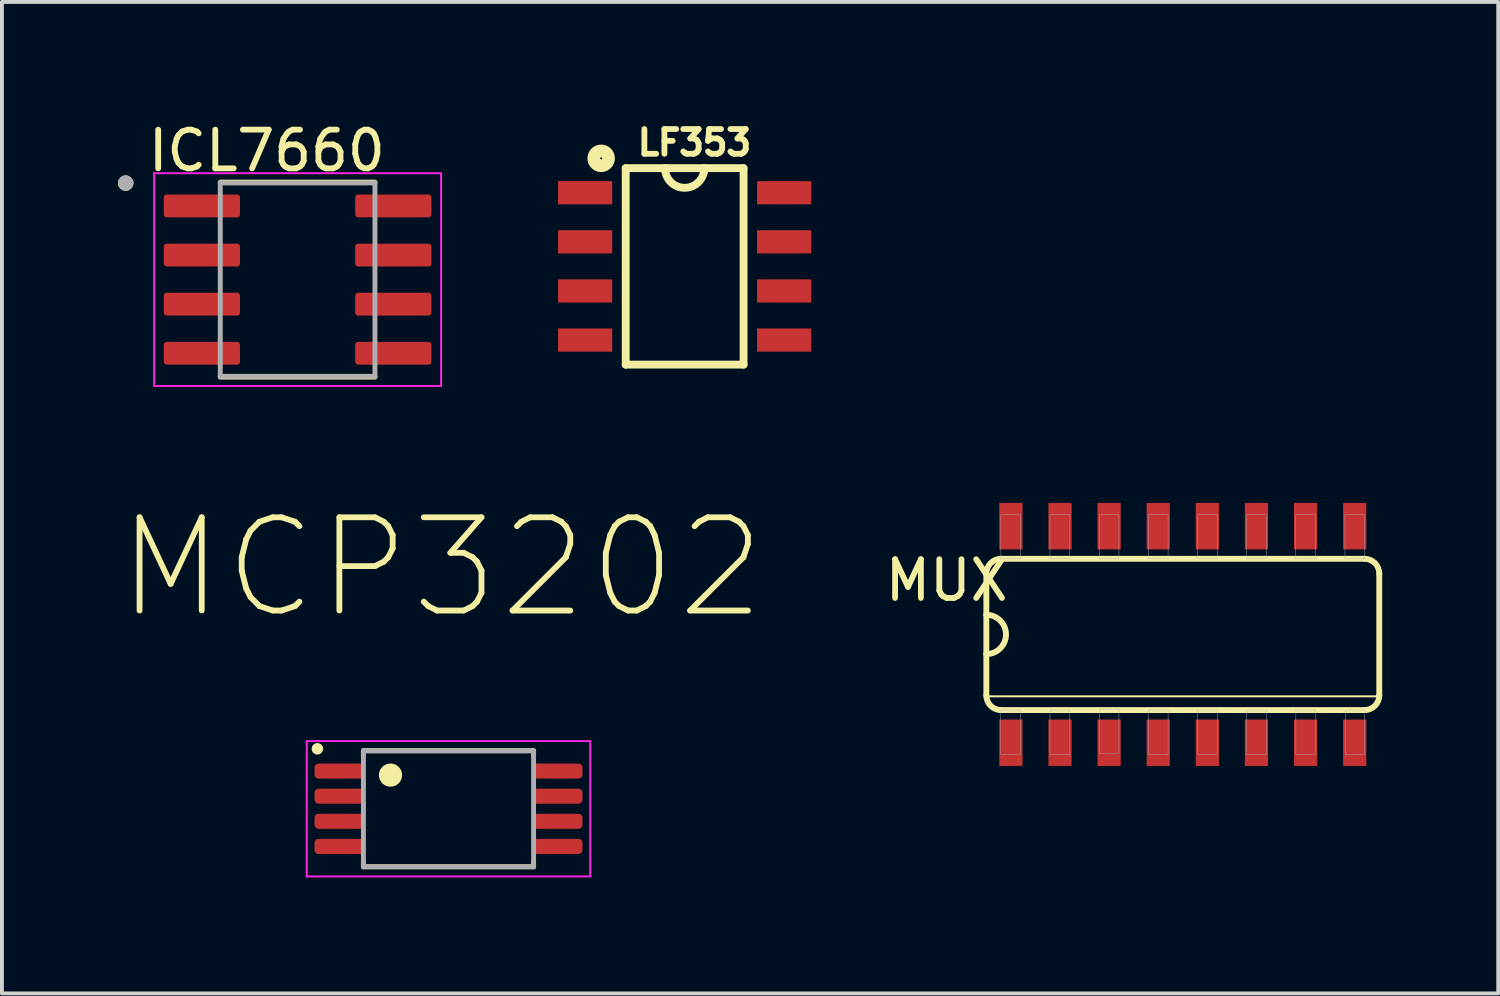
<source format=kicad_pcb>
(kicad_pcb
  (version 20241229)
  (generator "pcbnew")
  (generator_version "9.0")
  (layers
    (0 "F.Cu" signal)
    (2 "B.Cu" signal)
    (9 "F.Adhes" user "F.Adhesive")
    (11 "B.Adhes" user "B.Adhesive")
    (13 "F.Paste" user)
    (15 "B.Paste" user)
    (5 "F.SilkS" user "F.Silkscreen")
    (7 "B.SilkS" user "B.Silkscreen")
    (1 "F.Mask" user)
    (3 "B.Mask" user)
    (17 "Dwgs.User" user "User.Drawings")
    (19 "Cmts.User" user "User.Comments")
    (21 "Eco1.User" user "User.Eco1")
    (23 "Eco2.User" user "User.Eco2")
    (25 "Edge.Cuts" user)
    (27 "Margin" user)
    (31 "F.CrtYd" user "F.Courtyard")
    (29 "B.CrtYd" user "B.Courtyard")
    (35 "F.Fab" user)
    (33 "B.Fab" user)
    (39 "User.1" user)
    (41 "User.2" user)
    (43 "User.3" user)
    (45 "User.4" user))
  (footprint "LF353"
    (layer "F.Cu")
    (at 14.653 3.838)
    (property "Reference" "LF353" (at 0.254 -3.2 0) (layer "F.SilkS") (effects (font (size 0.64 0.64) (thickness 0.15))))
    (attr smd)
    (fp_line (start -1.524 -2.54) (end -1.524 2.54) (stroke (width 0.203) (type solid)) (layer "F.SilkS"))
    (fp_line (start -1.524 2.54) (end 1.524 2.54) (stroke (width 0.203) (type solid)) (layer "F.SilkS"))
    (fp_line (start -0.508 -2.54) (end -1.524 -2.54) (stroke (width 0.203) (type solid)) (layer "F.SilkS"))
    (fp_line (start 0.508 -2.54) (end -0.508 -2.54) (stroke (width 0.203) (type solid)) (layer "F.SilkS"))
    (fp_line (start 1.524 -2.54) (end 0.508 -2.54) (stroke (width 0.203) (type solid)) (layer "F.SilkS"))
    (fp_line (start 1.524 2.54) (end 1.524 -2.54) (stroke (width 0.203) (type solid)) (layer "F.SilkS"))
    (fp_arc (start 0.508 -2.54) (mid 0 -2.032) (end -0.508 -2.54) (stroke (width 0.2032) (type solid)) (layer "F.SilkS"))
    (fp_circle (center -2.159 -2.794) (end -2.032 -2.794) (stroke (width 0.203) (type solid)) (fill no) (layer "F.SilkS"))
    (fp_circle (center -2.159 -2.794) (end -1.905 -2.794) (stroke (width 0.203) (type solid)) (fill no) (layer "F.SilkS"))
    (pad "1" smd rect (at -2.573 -1.905) (size 1.4 0.6) (layers "F.Cu" "F.Mask" "F.Paste"))
    (pad "2" smd rect (at -2.573 -0.635) (size 1.4 0.6) (layers "F.Cu" "F.Mask" "F.Paste"))
    (pad "3" smd rect (at -2.573 0.635) (size 1.4 0.6) (layers "F.Cu" "F.Mask" "F.Paste"))
    (pad "4" smd rect (at -2.573 1.905) (size 1.4 0.6) (layers "F.Cu" "F.Mask" "F.Paste"))
    (pad "5" smd rect (at 2.573 1.905) (size 1.4 0.6) (layers "F.Cu" "F.Mask" "F.Paste"))
    (pad "6" smd rect (at 2.573 0.635) (size 1.4 0.6) (layers "F.Cu" "F.Mask" "F.Paste"))
    (pad "7" smd rect (at 2.573 -0.635) (size 1.4 0.6) (layers "F.Cu" "F.Mask" "F.Paste"))
    (pad "8" smd rect (at 2.573 -1.905) (size 1.4 0.6) (layers "F.Cu" "F.Mask" "F.Paste")))
  (footprint "MUX"
    (layer "F.Cu")
    (at 27.534 13.355)
    (property "Reference" "MUX" (at -6.105 -1.399 180) (layer "F.SilkS") (effects (font (size 1.001 1.001) (thickness 0.15))))
    (attr smd)
    (fp_line (start -5.08 -1.575) (end -5.08 -0.508) (stroke (width 0.152) (type solid)) (layer "F.SilkS"))
    (fp_line (start -5.08 -0.508) (end -5.08 0.508) (stroke (width 0.152) (type solid)) (layer "F.SilkS"))
    (fp_line (start -5.08 0.508) (end -5.08 1.575) (stroke (width 0.152) (type solid)) (layer "F.SilkS"))
    (fp_line (start -5.08 1.6) (end 5.08 1.6) (stroke (width 0.051) (type solid)) (layer "F.SilkS"))
    (fp_line (start -4.699 1.956) (end 4.699 1.956) (stroke (width 0.152) (type solid)) (layer "F.SilkS"))
    (fp_line (start 4.699 -1.956) (end -4.699 -1.956) (stroke (width 0.152) (type solid)) (layer "F.SilkS"))
    (fp_line (start 5.08 1.575) (end 5.08 -1.575) (stroke (width 0.152) (type solid)) (layer "F.SilkS"))
    (fp_arc (start -5.08 -1.5748) (mid -4.968408 -1.844208) (end -4.699 -1.9558) (stroke (width 0.1524) (type solid)) (layer "F.SilkS"))
    (fp_arc (start -5.08 -0.508) (mid -4.572 0) (end -5.08 0.508) (stroke (width 0.1524) (type solid)) (layer "F.SilkS"))
    (fp_arc (start -4.699 1.9558) (mid -4.968408 1.844208) (end -5.08 1.5748) (stroke (width 0.1524) (type solid)) (layer "F.SilkS"))
    (fp_arc (start 4.699 -1.9558) (mid 4.968408 -1.844208) (end 5.08 -1.5748) (stroke (width 0.1524) (type solid)) (layer "F.SilkS"))
    (fp_arc (start 5.08 1.5748) (mid 4.968408 1.844208) (end 4.699 1.9558) (stroke (width 0.1524) (type solid)) (layer "F.SilkS"))
    (fp_poly (pts (xy -4.707 1.956) (xy -4.191 1.956) (xy -4.191 3.104) (xy -4.707 3.104)) (stroke (width 0.01) (type solid)) (fill no) (layer "F.Fab"))
    (fp_poly (pts (xy -4.704 -3.099) (xy -4.191 -3.099) (xy -4.191 -1.958) (xy -4.704 -1.958)) (stroke (width 0.01) (type solid)) (fill no) (layer "F.Fab"))
    (fp_poly (pts (xy -3.434 -3.099) (xy -2.921 -3.099) (xy -2.921 -1.959) (xy -3.434 -1.959)) (stroke (width 0.01) (type solid)) (fill no) (layer "F.Fab"))
    (fp_poly (pts (xy -3.434 1.956) (xy -2.921 1.956) (xy -2.921 3.103) (xy -3.434 3.103)) (stroke (width 0.01) (type solid)) (fill no) (layer "F.Fab"))
    (fp_poly (pts (xy -2.16 1.93) (xy -1.651 1.93) (xy -1.651 3.075) (xy -2.16 3.075)) (stroke (width 0.01) (type solid)) (fill no) (layer "F.Fab"))
    (fp_poly (pts (xy -2.159 -3.099) (xy -1.651 -3.099) (xy -1.651 -1.956) (xy -2.159 -1.956)) (stroke (width 0.01) (type solid)) (fill no) (layer "F.Fab"))
    (fp_poly (pts (xy -0.89 -3.099) (xy -0.381 -3.099) (xy -0.381 -1.958) (xy -0.89 -1.958)) (stroke (width 0.01) (type solid)) (fill no) (layer "F.Fab"))
    (fp_poly (pts (xy -0.89 1.956) (xy -0.381 1.956) (xy -0.381 3.101) (xy -0.89 3.101)) (stroke (width 0.01) (type solid)) (fill no) (layer "F.Fab"))
    (fp_poly (pts (xy 0.381 -3.099) (xy 0.889 -3.099) (xy 0.889 -1.957) (xy 0.381 -1.957)) (stroke (width 0.01) (type solid)) (fill no) (layer "F.Fab"))
    (fp_poly (pts (xy 0.381 1.956) (xy 0.889 1.956) (xy 0.889 3.102) (xy 0.381 3.102)) (stroke (width 0.01) (type solid)) (fill no) (layer "F.Fab"))
    (fp_poly (pts (xy 1.651 -3.099) (xy 2.159 -3.099) (xy 2.159 -1.956) (xy 1.651 -1.956)) (stroke (width 0.01) (type solid)) (fill no) (layer "F.Fab"))
    (fp_poly (pts (xy 1.653 1.956) (xy 2.159 1.956) (xy 2.159 3.103) (xy 1.653 3.103)) (stroke (width 0.01) (type solid)) (fill no) (layer "F.Fab"))
    (fp_poly (pts (xy 2.922 -3.099) (xy 3.429 -3.099) (xy 3.429 -1.957) (xy 2.922 -1.957)) (stroke (width 0.01) (type solid)) (fill no) (layer "F.Fab"))
    (fp_poly (pts (xy 2.924 1.956) (xy 3.429 1.956) (xy 3.429 3.102) (xy 2.924 3.102)) (stroke (width 0.01) (type solid)) (fill no) (layer "F.Fab"))
    (fp_poly (pts (xy 4.193 -3.099) (xy 4.699 -3.099) (xy 4.699 -1.957) (xy 4.193 -1.957)) (stroke (width 0.01) (type solid)) (fill no) (layer "F.Fab"))
    (fp_poly (pts (xy 4.199 1.956) (xy 4.699 1.956) (xy 4.699 3.105) (xy 4.199 3.105)) (stroke (width 0.01) (type solid)) (fill no) (layer "F.Fab"))
    (pad "1" smd rect (at -4.445 2.8) (size 0.6 1.2) (layers "F.Cu" "F.Mask" "F.Paste"))
    (pad "2" smd rect (at -3.175 2.8) (size 0.6 1.2) (layers "F.Cu" "F.Mask" "F.Paste"))
    (pad "3" smd rect (at -1.905 2.8) (size 0.6 1.2) (layers "F.Cu" "F.Mask" "F.Paste"))
    (pad "4" smd rect (at -0.635 2.8) (size 0.6 1.2) (layers "F.Cu" "F.Mask" "F.Paste"))
    (pad "5" smd rect (at 0.635 2.8) (size 0.6 1.2) (layers "F.Cu" "F.Mask" "F.Paste"))
    (pad "6" smd rect (at 1.905 2.8) (size 0.6 1.2) (layers "F.Cu" "F.Mask" "F.Paste"))
    (pad "7" smd rect (at 3.175 2.8) (size 0.6 1.2) (layers "F.Cu" "F.Mask" "F.Paste"))
    (pad "8" smd rect (at 4.445 2.8) (size 0.6 1.2) (layers "F.Cu" "F.Mask" "F.Paste"))
    (pad "9" smd rect (at 4.445 -2.8) (size 0.6 1.2) (layers "F.Cu" "F.Mask" "F.Paste"))
    (pad "10" smd rect (at 3.175 -2.8) (size 0.6 1.2) (layers "F.Cu" "F.Mask" "F.Paste"))
    (pad "11" smd rect (at 1.905 -2.8) (size 0.6 1.2) (layers "F.Cu" "F.Mask" "F.Paste"))
    (pad "12" smd rect (at 0.635 -2.8) (size 0.6 1.2) (layers "F.Cu" "F.Mask" "F.Paste"))
    (pad "13" smd rect (at -0.635 -2.8) (size 0.6 1.2) (layers "F.Cu" "F.Mask" "F.Paste"))
    (pad "14" smd rect (at -1.905 -2.8) (size 0.6 1.2) (layers "F.Cu" "F.Mask" "F.Paste"))
    (pad "15" smd rect (at -3.175 -2.8) (size 0.6 1.2) (layers "F.Cu" "F.Mask" "F.Paste"))
    (pad "16" smd rect (at -4.445 -2.8) (size 0.6 1.2) (layers "F.Cu" "F.Mask" "F.Paste")))
  (footprint "MCP3202"
    (layer "F.Cu")
    (at 8.547 17.862)
    (property "Reference" "MCP3202" (at -0.181 -6.233 0) (layer "F.SilkS") (effects (font (size 2.411 2.411) (thickness 0.15))))
    (attr smd)
    (fp_line (start -2.2 -1.5) (end 2.2 -1.5) (stroke (width 0.127) (type solid)) (layer "F.SilkS"))
    (fp_line (start -2.2 -1.37) (end -2.2 -1.5) (stroke (width 0.127) (type solid)) (layer "F.SilkS"))
    (fp_line (start -2.2 1.36) (end -2.2 1.5) (stroke (width 0.127) (type solid)) (layer "F.SilkS"))
    (fp_line (start -2.2 1.5) (end 2.2 1.5) (stroke (width 0.127) (type solid)) (layer "F.SilkS"))
    (fp_line (start 2.2 -1.5) (end 2.2 -1.37) (stroke (width 0.127) (type solid)) (layer "F.SilkS"))
    (fp_line (start 2.2 1.5) (end 2.2 1.36) (stroke (width 0.127) (type solid)) (layer "F.SilkS"))
    (fp_circle (center -3.39 -1.55) (end -3.315 -1.55) (stroke (width 0.15) (type solid)) (fill no) (layer "F.SilkS"))
    (fp_circle (center -1.5 -0.87) (end -1.35 -0.87) (stroke (width 0.3) (type solid)) (fill no) (layer "F.SilkS"))
    (fp_line (start -3.665 -1.75) (end 3.665 -1.75) (stroke (width 0.05) (type solid)) (layer "F.CrtYd"))
    (fp_line (start -3.665 1.75) (end -3.665 -1.75) (stroke (width 0.05) (type solid)) (layer "F.CrtYd"))
    (fp_line (start 3.665 -1.75) (end 3.665 1.75) (stroke (width 0.05) (type solid)) (layer "F.CrtYd"))
    (fp_line (start 3.665 1.75) (end -3.665 1.75) (stroke (width 0.05) (type solid)) (layer "F.CrtYd"))
    (fp_line (start -2.2 -1.5) (end 2.2 -1.5) (stroke (width 0.127) (type solid)) (layer "F.Fab"))
    (fp_line (start -2.2 1.5) (end -2.2 -1.5) (stroke (width 0.127) (type solid)) (layer "F.Fab"))
    (fp_line (start 2.2 -1.5) (end 2.2 1.5) (stroke (width 0.127) (type solid)) (layer "F.Fab"))
    (fp_line (start 2.2 1.5) (end -2.2 1.5) (stroke (width 0.127) (type solid)) (layer "F.Fab"))
    (pad "1" smd roundrect (at -2.82 -0.975) (size 1.29 0.39) (layers "F.Cu" "F.Mask" "F.Paste") (roundrect_rratio 0.265))
    (pad "2" smd roundrect (at -2.82 -0.325) (size 1.29 0.39) (layers "F.Cu" "F.Mask" "F.Paste") (roundrect_rratio 0.265))
    (pad "3" smd roundrect (at -2.82 0.325) (size 1.29 0.39) (layers "F.Cu" "F.Mask" "F.Paste") (roundrect_rratio 0.265))
    (pad "4" smd roundrect (at -2.82 0.975) (size 1.29 0.39) (layers "F.Cu" "F.Mask" "F.Paste") (roundrect_rratio 0.265))
    (pad "5" smd roundrect (at 2.82 0.975) (size 1.29 0.39) (layers "F.Cu" "F.Mask" "F.Paste") (roundrect_rratio 0.265))
    (pad "6" smd roundrect (at 2.82 0.325) (size 1.29 0.39) (layers "F.Cu" "F.Mask" "F.Paste") (roundrect_rratio 0.265))
    (pad "7" smd roundrect (at 2.82 -0.325) (size 1.29 0.39) (layers "F.Cu" "F.Mask" "F.Paste") (roundrect_rratio 0.265))
    (pad "8" smd roundrect (at 2.82 -0.975) (size 1.29 0.39) (layers "F.Cu" "F.Mask" "F.Paste") (roundrect_rratio 0.265)))
  (footprint "ICL7660"
    (layer "F.Cu")
    (at 4.645 4.18)
    (property "Reference" "ICL7660" (at -0.795 -3.332 0) (layer "F.SilkS") (effects (font (size 1 1) (thickness 0.15))))
    (attr smd)
    (fp_line (start -2 -2.52) (end 2 -2.52) (stroke (width 0.127) (type solid)) (layer "F.SilkS"))
    (fp_line (start -2 2.52) (end 2 2.52) (stroke (width 0.127) (type solid)) (layer "F.SilkS"))
    (fp_circle (center -4.445 -2.495) (end -4.345 -2.495) (stroke (width 0.2) (type solid)) (fill no) (layer "F.SilkS"))
    (fp_line (start -3.71 -2.75) (end -3.71 2.75) (stroke (width 0.05) (type solid)) (layer "F.CrtYd"))
    (fp_line (start -3.71 -2.75) (end 3.71 -2.75) (stroke (width 0.05) (type solid)) (layer "F.CrtYd"))
    (fp_line (start -3.71 2.75) (end 3.71 2.75) (stroke (width 0.05) (type solid)) (layer "F.CrtYd"))
    (fp_line (start 3.71 -2.75) (end 3.71 2.75) (stroke (width 0.05) (type solid)) (layer "F.CrtYd"))
    (fp_line (start -2 -2.5) (end -2 2.5) (stroke (width 0.127) (type solid)) (layer "F.Fab"))
    (fp_line (start -2 -2.5) (end 2 -2.5) (stroke (width 0.127) (type solid)) (layer "F.Fab"))
    (fp_line (start -2 2.5) (end 2 2.5) (stroke (width 0.127) (type solid)) (layer "F.Fab"))
    (fp_line (start 2 -2.5) (end 2 2.5) (stroke (width 0.127) (type solid)) (layer "F.Fab"))
    (fp_circle (center -4.445 -2.495) (end -4.345 -2.495) (stroke (width 0.2) (type solid)) (fill no) (layer "F.Fab"))
    (pad "1" smd roundrect (at -2.475 -1.905) (size 1.97 0.59) (layers "F.Cu" "F.Mask" "F.Paste") (roundrect_rratio 0.125))
    (pad "2" smd roundrect (at -2.475 -0.635) (size 1.97 0.59) (layers "F.Cu" "F.Mask" "F.Paste") (roundrect_rratio 0.125))
    (pad "3" smd roundrect (at -2.475 0.635) (size 1.97 0.59) (layers "F.Cu" "F.Mask" "F.Paste") (roundrect_rratio 0.125))
    (pad "4" smd roundrect (at -2.475 1.905) (size 1.97 0.59) (layers "F.Cu" "F.Mask" "F.Paste") (roundrect_rratio 0.125))
    (pad "5" smd roundrect (at 2.475 1.905) (size 1.97 0.59) (layers "F.Cu" "F.Mask" "F.Paste") (roundrect_rratio 0.125))
    (pad "6" smd roundrect (at 2.475 0.635) (size 1.97 0.59) (layers "F.Cu" "F.Mask" "F.Paste") (roundrect_rratio 0.125))
    (pad "7" smd roundrect (at 2.475 -0.635) (size 1.97 0.59) (layers "F.Cu" "F.Mask" "F.Paste") (roundrect_rratio 0.125))
    (pad "8" smd roundrect (at 2.475 -1.905) (size 1.97 0.59) (layers "F.Cu" "F.Mask" "F.Paste") (roundrect_rratio 0.125)))
  (gr_rect
    (start -3 -3)
    (end 35.69 22.637)
    (stroke (width 0.1) (type default))
    (fill no)
    (layer "Edge.Cuts")))
</source>
